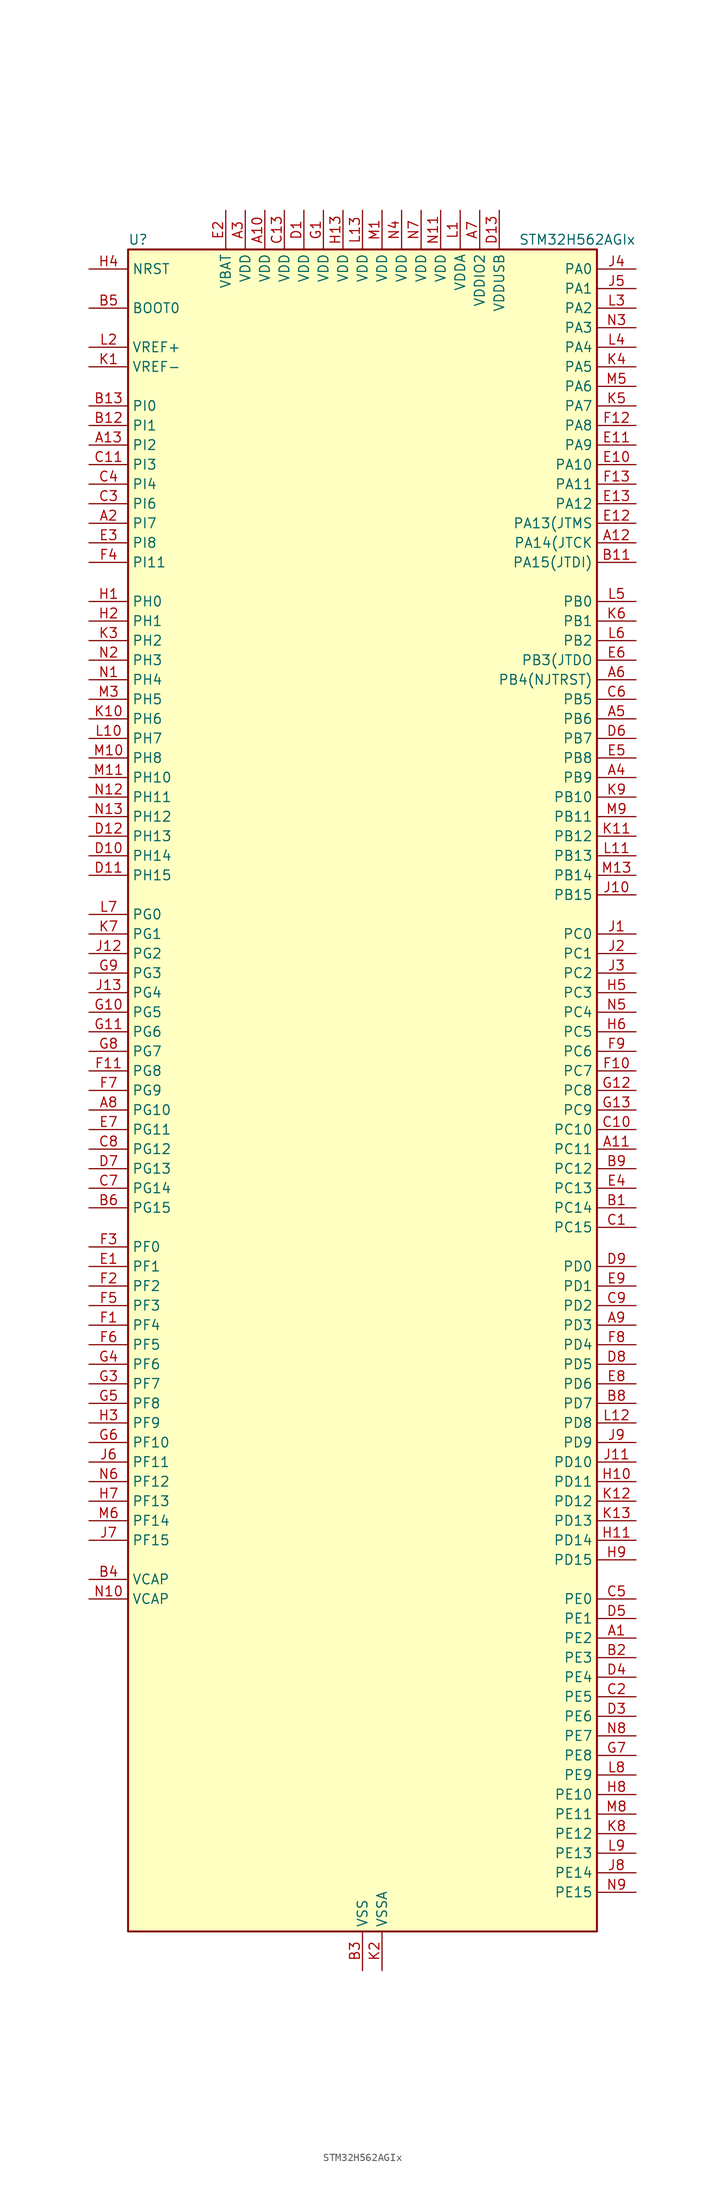
<source format=kicad_sym>
(kicad_symbol_lib
  (version 20231120)
  (generator "kicad_symbol_editor")
  (generator_version "8.0")
  (symbol "STM32H562AGIx"
    (property "Reference" "U"
      (at -30.48 110.49 0)
      (effects (font (size 1.27 1.27)) (justify left)))
    (property "Value" "STM32H562AGIx"
      (at 20.32 110.49 0)
      (effects (font (size 1.27 1.27)) (justify left)))
    (property "ki_locked" ""
      (at 0 0 0)
      (effects (font (size 1.27 1.27))))
    (symbol "STM32H562AGIx_0_1"
      (rectangle (start -30.48 -109.22) (end 30.48 109.22) (stroke (width 0.254) (type default)) (fill (type background))))
    (symbol "STM32H562AGIx_1_1"
      (pin bidirectional line (at 35.56 -71.12 180) (length 5.08) (name "PE2" (effects (font (size 1.27 1.27)))) (number "A1" (effects (font (size 1.27 1.27)))) (alternate "DCMI_D3" bidirectional line) (alternate "DEBUG_TRACECLK" bidirectional line) (alternate "FMC_A23" bidirectional line) (alternate "LPTIM1_IN2" bidirectional line) (alternate "OCTOSPI1_IO2" bidirectional line) (alternate "PSSI_D3" bidirectional line) (alternate "SAI1_CK1" bidirectional line) (alternate "SAI1_MCLK_A" bidirectional line) (alternate "SPI4_SCK" bidirectional line) (alternate "UART8_TX" bidirectional line) (alternate "USART10_RX" bidirectional line))
      (pin power_in line (at -12.7 114.3 270) (length 5.08) (name "VDD" (effects (font (size 1.27 1.27)))) (number "A10" (effects (font (size 1.27 1.27)))))
      (pin bidirectional line (at 35.56 -7.62 180) (length 5.08) (name "PC11" (effects (font (size 1.27 1.27)))) (number "A11" (effects (font (size 1.27 1.27)))) (alternate "ADC1_EXTI11" bidirectional line) (alternate "ADC2_EXTI11" bidirectional line) (alternate "DCMI_D4" bidirectional line) (alternate "I2S3_SDI" bidirectional line) (alternate "LPTIM3_IN1" bidirectional line) (alternate "OCTOSPI1_NCS" bidirectional line) (alternate "PSSI_D4" bidirectional line) (alternate "SDMMC1_D3" bidirectional line) (alternate "SPI3_MISO" bidirectional line) (alternate "UART4_RX" bidirectional line) (alternate "USART3_RX" bidirectional line))
      (pin bidirectional line (at 35.56 71.12 180) (length 5.08) (name "PA14(JTCK" (effects (font (size 1.27 1.27)))) (number "A12" (effects (font (size 1.27 1.27)))) (alternate "DEBUG_JTCK-SWCLK" bidirectional line))
      (pin bidirectional line (at -35.56 83.82 0) (length 5.08) (name "PI2" (effects (font (size 1.27 1.27)))) (number "A13" (effects (font (size 1.27 1.27)))) (alternate "DCMI_D9" bidirectional line) (alternate "I2S2_SDI" bidirectional line) (alternate "PSSI_D9" bidirectional line) (alternate "SPI2_MISO" bidirectional line) (alternate "TIM8_CH4" bidirectional line))
      (pin bidirectional line (at -35.56 73.66 0) (length 5.08) (name "PI7" (effects (font (size 1.27 1.27)))) (number "A2" (effects (font (size 1.27 1.27)))) (alternate "DCMI_D7" bidirectional line) (alternate "PSSI_D7" bidirectional line) (alternate "SAI2_FS_A" bidirectional line) (alternate "TIM8_CH3" bidirectional line))
      (pin power_in line (at -15.24 114.3 270) (length 5.08) (name "VDD" (effects (font (size 1.27 1.27)))) (number "A3" (effects (font (size 1.27 1.27)))))
      (pin bidirectional line (at 35.56 40.64 180) (length 5.08) (name "PB9" (effects (font (size 1.27 1.27)))) (number "A4" (effects (font (size 1.27 1.27)))) (alternate "DAC1_EXTI9" bidirectional line) (alternate "DCMI_D7" bidirectional line) (alternate "FDCAN1_TX" bidirectional line) (alternate "I2C1_SDA" bidirectional line) (alternate "I2C4_SDA" bidirectional line) (alternate "I2S2_WS" bidirectional line) (alternate "I3C1_SDA" bidirectional line) (alternate "PSSI_D7" bidirectional line) (alternate "SDMMC1_CDIR" bidirectional line) (alternate "SDMMC1_D5" bidirectional line) (alternate "SPI2_NSS" bidirectional line) (alternate "TIM17_CH1" bidirectional line) (alternate "TIM4_CH4" bidirectional line) (alternate "UART4_TX" bidirectional line))
      (pin bidirectional line (at 35.56 48.26 180) (length 5.08) (name "PB6" (effects (font (size 1.27 1.27)))) (number "A5" (effects (font (size 1.27 1.27)))) (alternate "CEC" bidirectional line) (alternate "DCMI_D5" bidirectional line) (alternate "FMC_SDNE1" bidirectional line) (alternate "I2C1_SCL" bidirectional line) (alternate "I2C4_SCL" bidirectional line) (alternate "I3C1_SCL" bidirectional line) (alternate "LPUART1_TX" bidirectional line) (alternate "OCTOSPI1_NCS" bidirectional line) (alternate "PSSI_D5" bidirectional line) (alternate "TIM16_CH1N" bidirectional line) (alternate "TIM4_CH1" bidirectional line) (alternate "UART5_TX" bidirectional line) (alternate "USART1_TX" bidirectional line))
      (pin bidirectional line (at 35.56 53.34 180) (length 5.08) (name "PB4(NJTRST)" (effects (font (size 1.27 1.27)))) (number "A6" (effects (font (size 1.27 1.27)))) (alternate "DCMI_D7" bidirectional line) (alternate "DEBUG_JTRST" bidirectional line) (alternate "I2S1_SDI" bidirectional line) (alternate "I2S2_WS" bidirectional line) (alternate "I2S3_SDI" bidirectional line) (alternate "LPTIM1_CH2" bidirectional line) (alternate "OCTOSPI1_CLK" bidirectional line) (alternate "PSSI_D7" bidirectional line) (alternate "SPI1_MISO" bidirectional line) (alternate "SPI2_NSS" bidirectional line) (alternate "SPI3_MISO" bidirectional line) (alternate "SPI6_MISO" bidirectional line) (alternate "TIM16_BKIN" bidirectional line) (alternate "TIM3_CH1" bidirectional line) (alternate "UART7_TX" bidirectional line))
      (pin power_in line (at 15.24 114.3 270) (length 5.08) (name "VDDIO2" (effects (font (size 1.27 1.27)))) (number "A7" (effects (font (size 1.27 1.27)))))
      (pin bidirectional line (at -35.56 -2.54 0) (length 5.08) (name "PG10" (effects (font (size 1.27 1.27)))) (number "A8" (effects (font (size 1.27 1.27)))) (alternate "DCMI_D2" bidirectional line) (alternate "FMC_NE3" bidirectional line) (alternate "I2S1_WS" bidirectional line) (alternate "PSSI_D2" bidirectional line) (alternate "SAI2_SD_B" bidirectional line) (alternate "SPI1_NSS" bidirectional line))
      (pin bidirectional line (at 35.56 -30.48 180) (length 5.08) (name "PD3" (effects (font (size 1.27 1.27)))) (number "A9" (effects (font (size 1.27 1.27)))) (alternate "DCMI_D5" bidirectional line) (alternate "FMC_CLK" bidirectional line) (alternate "I2S2_CK" bidirectional line) (alternate "PSSI_D5" bidirectional line) (alternate "PWR_WKUP8" bidirectional line) (alternate "SPI2_SCK" bidirectional line) (alternate "USART2_CTS" bidirectional line) (alternate "USART2_NSS" bidirectional line))
      (pin bidirectional line (at 35.56 -15.24 180) (length 5.08) (name "PC14" (effects (font (size 1.27 1.27)))) (number "B1" (effects (font (size 1.27 1.27)))) (alternate "RCC_OSC32_IN" bidirectional line))
      (pin passive line (at 0 -114.3 90) (length 5.08) hide (name "VSS" (effects (font (size 1.27 1.27)))) (number "B10" (effects (font (size 1.27 1.27)))))
      (pin bidirectional line (at 35.56 68.58 180) (length 5.08) (name "PA15(JTDI)" (effects (font (size 1.27 1.27)))) (number "B11" (effects (font (size 1.27 1.27)))) (alternate "ADC1_EXTI15" bidirectional line) (alternate "ADC2_EXTI15" bidirectional line) (alternate "CEC" bidirectional line) (alternate "DCMI_D11" bidirectional line) (alternate "DEBUG_JTDI" bidirectional line) (alternate "FMC_NBL1" bidirectional line) (alternate "I2S1_WS" bidirectional line) (alternate "I2S3_WS" bidirectional line) (alternate "LPTIM3_IN2" bidirectional line) (alternate "PSSI_D11" bidirectional line) (alternate "SPI1_NSS" bidirectional line) (alternate "SPI3_NSS" bidirectional line) (alternate "SPI6_NSS" bidirectional line) (alternate "TIM2_CH1" bidirectional line) (alternate "TIM2_ETR" bidirectional line) (alternate "UART4_DE" bidirectional line) (alternate "UART4_RTS" bidirectional line) (alternate "UART7_TX" bidirectional line))
      (pin bidirectional line (at -35.56 86.36 0) (length 5.08) (name "PI1" (effects (font (size 1.27 1.27)))) (number "B12" (effects (font (size 1.27 1.27)))) (alternate "DCMI_D8" bidirectional line) (alternate "I2S2_CK" bidirectional line) (alternate "PSSI_D8" bidirectional line) (alternate "SPI2_SCK" bidirectional line) (alternate "TIM8_BKIN2" bidirectional line))
      (pin bidirectional line (at -35.56 88.9 0) (length 5.08) (name "PI0" (effects (font (size 1.27 1.27)))) (number "B13" (effects (font (size 1.27 1.27)))) (alternate "DCMI_D13" bidirectional line) (alternate "I2S2_WS" bidirectional line) (alternate "PSSI_D13" bidirectional line) (alternate "SPI2_NSS" bidirectional line) (alternate "TIM5_CH4" bidirectional line))
      (pin bidirectional line (at 35.56 -73.66 180) (length 5.08) (name "PE3" (effects (font (size 1.27 1.27)))) (number "B2" (effects (font (size 1.27 1.27)))) (alternate "DEBUG_TRACED0" bidirectional line) (alternate "FMC_A19" bidirectional line) (alternate "SAI1_SD_B" bidirectional line) (alternate "TAMP_IN6" bidirectional line) (alternate "TAMP_OUT3" bidirectional line) (alternate "TIM15_BKIN" bidirectional line) (alternate "USART10_TX" bidirectional line))
      (pin power_in line (at 0 -114.3 90) (length 5.08) (name "VSS" (effects (font (size 1.27 1.27)))) (number "B3" (effects (font (size 1.27 1.27)))))
      (pin power_out line (at -35.56 -63.5 0) (length 5.08) (name "VCAP" (effects (font (size 1.27 1.27)))) (number "B4" (effects (font (size 1.27 1.27)))))
      (pin input line (at -35.56 101.6 0) (length 5.08) (name "BOOT0" (effects (font (size 1.27 1.27)))) (number "B5" (effects (font (size 1.27 1.27)))))
      (pin bidirectional line (at -35.56 -15.24 0) (length 5.08) (name "PG15" (effects (font (size 1.27 1.27)))) (number "B6" (effects (font (size 1.27 1.27)))) (alternate "ADC1_EXTI15" bidirectional line) (alternate "ADC2_EXTI15" bidirectional line) (alternate "DCMI_D13" bidirectional line) (alternate "FMC_SDNCAS" bidirectional line) (alternate "PSSI_D13" bidirectional line) (alternate "SPI4_RDY" bidirectional line) (alternate "USART10_CK" bidirectional line) (alternate "USART6_CTS" bidirectional line) (alternate "USART6_NSS" bidirectional line))
      (pin passive line (at 0 -114.3 90) (length 5.08) hide (name "VSS" (effects (font (size 1.27 1.27)))) (number "B7" (effects (font (size 1.27 1.27)))))
      (pin bidirectional line (at 35.56 -40.64 180) (length 5.08) (name "PD7" (effects (font (size 1.27 1.27)))) (number "B8" (effects (font (size 1.27 1.27)))) (alternate "FMC_NCE" bidirectional line) (alternate "FMC_NE1" bidirectional line) (alternate "I2S1_SDO" bidirectional line) (alternate "LPTIM4_OUT" bidirectional line) (alternate "OCTOSPI1_IO7" bidirectional line) (alternate "SPI1_MOSI" bidirectional line) (alternate "USART2_CK" bidirectional line))
      (pin bidirectional line (at 35.56 -10.16 180) (length 5.08) (name "PC12" (effects (font (size 1.27 1.27)))) (number "B9" (effects (font (size 1.27 1.27)))) (alternate "DCMI_D9" bidirectional line) (alternate "DEBUG_TRACED3" bidirectional line) (alternate "I2S3_SDO" bidirectional line) (alternate "PSSI_D9" bidirectional line) (alternate "SDMMC1_CK" bidirectional line) (alternate "SPI3_MOSI" bidirectional line) (alternate "SPI6_SCK" bidirectional line) (alternate "TIM15_CH1" bidirectional line) (alternate "UART5_TX" bidirectional line) (alternate "USART3_CK" bidirectional line))
      (pin bidirectional line (at 35.56 -17.78 180) (length 5.08) (name "PC15" (effects (font (size 1.27 1.27)))) (number "C1" (effects (font (size 1.27 1.27)))) (alternate "ADC1_EXTI15" bidirectional line) (alternate "ADC2_EXTI15" bidirectional line) (alternate "RCC_OSC32_OUT" bidirectional line))
      (pin bidirectional line (at 35.56 -5.08 180) (length 5.08) (name "PC10" (effects (font (size 1.27 1.27)))) (number "C10" (effects (font (size 1.27 1.27)))) (alternate "DCMI_D8" bidirectional line) (alternate "I2S3_CK" bidirectional line) (alternate "LPTIM3_ETR" bidirectional line) (alternate "OCTOSPI1_IO1" bidirectional line) (alternate "PSSI_D8" bidirectional line) (alternate "SDMMC1_D2" bidirectional line) (alternate "SPI3_SCK" bidirectional line) (alternate "UART4_TX" bidirectional line) (alternate "USART3_TX" bidirectional line))
      (pin bidirectional line (at -35.56 81.28 0) (length 5.08) (name "PI3" (effects (font (size 1.27 1.27)))) (number "C11" (effects (font (size 1.27 1.27)))) (alternate "DCMI_D10" bidirectional line) (alternate "I2S2_SDO" bidirectional line) (alternate "PSSI_D10" bidirectional line) (alternate "SPI2_MOSI" bidirectional line) (alternate "TIM8_ETR" bidirectional line))
      (pin passive line (at 0 -114.3 90) (length 5.08) hide (name "VSS" (effects (font (size 1.27 1.27)))) (number "C12" (effects (font (size 1.27 1.27)))))
      (pin power_in line (at -10.16 114.3 270) (length 5.08) (name "VDD" (effects (font (size 1.27 1.27)))) (number "C13" (effects (font (size 1.27 1.27)))))
      (pin bidirectional line (at 35.56 -78.74 180) (length 5.08) (name "PE5" (effects (font (size 1.27 1.27)))) (number "C2" (effects (font (size 1.27 1.27)))) (alternate "DCMI_D6" bidirectional line) (alternate "DEBUG_TRACED2" bidirectional line) (alternate "FMC_A21" bidirectional line) (alternate "PSSI_D6" bidirectional line) (alternate "SAI1_CK2" bidirectional line) (alternate "SAI1_SCK_A" bidirectional line) (alternate "SPI4_MISO" bidirectional line) (alternate "TAMP_IN8" bidirectional line) (alternate "TAMP_OUT7" bidirectional line) (alternate "TIM15_CH1" bidirectional line))
      (pin bidirectional line (at -35.56 76.2 0) (length 5.08) (name "PI6" (effects (font (size 1.27 1.27)))) (number "C3" (effects (font (size 1.27 1.27)))) (alternate "DCMI_D6" bidirectional line) (alternate "PSSI_D6" bidirectional line) (alternate "SAI2_SD_A" bidirectional line) (alternate "TIM8_CH2" bidirectional line))
      (pin bidirectional line (at -35.56 78.74 0) (length 5.08) (name "PI4" (effects (font (size 1.27 1.27)))) (number "C4" (effects (font (size 1.27 1.27)))) (alternate "DCMI_D5" bidirectional line) (alternate "PSSI_D5" bidirectional line) (alternate "SAI2_MCLK_A" bidirectional line) (alternate "SPI2_RDY" bidirectional line) (alternate "TIM8_BKIN" bidirectional line))
      (pin bidirectional line (at 35.56 -66.04 180) (length 5.08) (name "PE0" (effects (font (size 1.27 1.27)))) (number "C5" (effects (font (size 1.27 1.27)))) (alternate "DCMI_D2" bidirectional line) (alternate "FDCAN1_RX" bidirectional line) (alternate "FMC_NBL0" bidirectional line) (alternate "LPTIM1_ETR" bidirectional line) (alternate "LPTIM2_CH2" bidirectional line) (alternate "LPTIM2_ETR" bidirectional line) (alternate "PSSI_D2" bidirectional line) (alternate "SAI2_MCLK_A" bidirectional line) (alternate "SPI3_RDY" bidirectional line) (alternate "TIM4_ETR" bidirectional line) (alternate "UART8_RX" bidirectional line))
      (pin bidirectional line (at 35.56 50.8 180) (length 5.08) (name "PB5" (effects (font (size 1.27 1.27)))) (number "C6" (effects (font (size 1.27 1.27)))) (alternate "DCMI_D10" bidirectional line) (alternate "FMC_SDCKE1" bidirectional line) (alternate "I2C1_SMBA" bidirectional line) (alternate "I2C4_SMBA" bidirectional line) (alternate "I2S1_SDO" bidirectional line) (alternate "I2S3_SDO" bidirectional line) (alternate "OCTOSPI1_NCLK" bidirectional line) (alternate "PSSI_D10" bidirectional line) (alternate "SPI1_MOSI" bidirectional line) (alternate "SPI3_MOSI" bidirectional line) (alternate "SPI6_MOSI" bidirectional line) (alternate "TIM17_BKIN" bidirectional line) (alternate "TIM3_CH2" bidirectional line) (alternate "UART5_RX" bidirectional line))
      (pin bidirectional line (at -35.56 -12.7 0) (length 5.08) (name "PG14" (effects (font (size 1.27 1.27)))) (number "C7" (effects (font (size 1.27 1.27)))) (alternate "DEBUG_TRACED1" bidirectional line) (alternate "FMC_A25" bidirectional line) (alternate "LPTIM1_CH2" bidirectional line) (alternate "LPTIM1_ETR" bidirectional line) (alternate "LPTIM5_IN1" bidirectional line) (alternate "OCTOSPI1_IO7" bidirectional line) (alternate "SPI6_MOSI" bidirectional line) (alternate "USART10_RTS" bidirectional line) (alternate "USART6_TX" bidirectional line))
      (pin bidirectional line (at -35.56 -7.62 0) (length 5.08) (name "PG12" (effects (font (size 1.27 1.27)))) (number "C8" (effects (font (size 1.27 1.27)))) (alternate "DCMI_D11" bidirectional line) (alternate "FMC_NE4" bidirectional line) (alternate "LPTIM1_IN1" bidirectional line) (alternate "LPTIM5_CH1" bidirectional line) (alternate "PSSI_D11" bidirectional line) (alternate "PSSI_D15" bidirectional line) (alternate "SPI6_MISO" bidirectional line) (alternate "USART10_TX" bidirectional line) (alternate "USART6_RTS" bidirectional line))
      (pin bidirectional line (at 35.56 -27.94 180) (length 5.08) (name "PD2" (effects (font (size 1.27 1.27)))) (number "C9" (effects (font (size 1.27 1.27)))) (alternate "DCMI_D11" bidirectional line) (alternate "DEBUG_TRACED2" bidirectional line) (alternate "LPTIM4_ETR" bidirectional line) (alternate "PSSI_D11" bidirectional line) (alternate "PWR_WKUP7" bidirectional line) (alternate "SDMMC1_CMD" bidirectional line) (alternate "TIM15_BKIN" bidirectional line) (alternate "TIM3_ETR" bidirectional line) (alternate "UART5_RX" bidirectional line))
      (pin power_in line (at -7.62 114.3 270) (length 5.08) (name "VDD" (effects (font (size 1.27 1.27)))) (number "D1" (effects (font (size 1.27 1.27)))))
      (pin bidirectional line (at -35.56 30.48 0) (length 5.08) (name "PH14" (effects (font (size 1.27 1.27)))) (number "D10" (effects (font (size 1.27 1.27)))) (alternate "DCMI_D4" bidirectional line) (alternate "FDCAN1_RX" bidirectional line) (alternate "PSSI_D4" bidirectional line) (alternate "TIM8_CH2N" bidirectional line) (alternate "UART4_RX" bidirectional line))
      (pin bidirectional line (at -35.56 27.94 0) (length 5.08) (name "PH15" (effects (font (size 1.27 1.27)))) (number "D11" (effects (font (size 1.27 1.27)))) (alternate "ADC1_EXTI15" bidirectional line) (alternate "ADC2_EXTI15" bidirectional line) (alternate "DCMI_D11" bidirectional line) (alternate "PSSI_D11" bidirectional line) (alternate "TIM8_CH3N" bidirectional line))
      (pin bidirectional line (at -35.56 33.02 0) (length 5.08) (name "PH13" (effects (font (size 1.27 1.27)))) (number "D12" (effects (font (size 1.27 1.27)))) (alternate "DCMI_D3" bidirectional line) (alternate "FDCAN1_TX" bidirectional line) (alternate "LPTIM1_IN2" bidirectional line) (alternate "PSSI_D3" bidirectional line) (alternate "TIM8_CH1N" bidirectional line) (alternate "UART4_TX" bidirectional line) (alternate "UART8_TX" bidirectional line))
      (pin power_in line (at 17.78 114.3 270) (length 5.08) (name "VDDUSB" (effects (font (size 1.27 1.27)))) (number "D13" (effects (font (size 1.27 1.27)))))
      (pin passive line (at 0 -114.3 90) (length 5.08) hide (name "VSS" (effects (font (size 1.27 1.27)))) (number "D2" (effects (font (size 1.27 1.27)))))
      (pin bidirectional line (at 35.56 -81.28 180) (length 5.08) (name "PE6" (effects (font (size 1.27 1.27)))) (number "D3" (effects (font (size 1.27 1.27)))) (alternate "DCMI_D7" bidirectional line) (alternate "DEBUG_TRACED3" bidirectional line) (alternate "FMC_A22" bidirectional line) (alternate "PSSI_D7" bidirectional line) (alternate "SAI1_D1" bidirectional line) (alternate "SAI1_SD_A" bidirectional line) (alternate "SAI2_MCLK_B" bidirectional line) (alternate "SPI4_MOSI" bidirectional line) (alternate "TAMP_IN3" bidirectional line) (alternate "TAMP_OUT6" bidirectional line) (alternate "TIM15_CH2" bidirectional line) (alternate "TIM1_BKIN2" bidirectional line))
      (pin bidirectional line (at 35.56 -76.2 180) (length 5.08) (name "PE4" (effects (font (size 1.27 1.27)))) (number "D4" (effects (font (size 1.27 1.27)))) (alternate "DCMI_D4" bidirectional line) (alternate "DEBUG_TRACED1" bidirectional line) (alternate "FMC_A20" bidirectional line) (alternate "PSSI_D4" bidirectional line) (alternate "SAI1_D2" bidirectional line) (alternate "SAI1_FS_A" bidirectional line) (alternate "SPI4_NSS" bidirectional line) (alternate "TAMP_IN7" bidirectional line) (alternate "TAMP_OUT8" bidirectional line) (alternate "TIM15_CH1N" bidirectional line))
      (pin bidirectional line (at 35.56 -68.58 180) (length 5.08) (name "PE1" (effects (font (size 1.27 1.27)))) (number "D5" (effects (font (size 1.27 1.27)))) (alternate "DCMI_D3" bidirectional line) (alternate "FDCAN1_TX" bidirectional line) (alternate "FMC_NBL1" bidirectional line) (alternate "LPTIM1_IN2" bidirectional line) (alternate "PSSI_D3" bidirectional line) (alternate "UART8_TX" bidirectional line))
      (pin bidirectional line (at 35.56 45.72 180) (length 5.08) (name "PB7" (effects (font (size 1.27 1.27)))) (number "D6" (effects (font (size 1.27 1.27)))) (alternate "DCMI_VSYNC" bidirectional line) (alternate "FDCAN1_TX" bidirectional line) (alternate "FMC_NL" bidirectional line) (alternate "I2C1_SDA" bidirectional line) (alternate "I2C4_SDA" bidirectional line) (alternate "I3C1_SDA" bidirectional line) (alternate "LPUART1_RX" bidirectional line) (alternate "PSSI_RDY" bidirectional line) (alternate "PWR_WKUP5" bidirectional line) (alternate "TIM17_CH1N" bidirectional line) (alternate "TIM4_CH2" bidirectional line) (alternate "USART1_RX" bidirectional line))
      (pin bidirectional line (at -35.56 -10.16 0) (length 5.08) (name "PG13" (effects (font (size 1.27 1.27)))) (number "D7" (effects (font (size 1.27 1.27)))) (alternate "DEBUG_TRACED0" bidirectional line) (alternate "FMC_A24" bidirectional line) (alternate "LPTIM1_CH1" bidirectional line) (alternate "LPTIM5_CH2" bidirectional line) (alternate "SPI6_SCK" bidirectional line) (alternate "USART10_CTS" bidirectional line) (alternate "USART10_NSS" bidirectional line) (alternate "USART6_CTS" bidirectional line) (alternate "USART6_NSS" bidirectional line))
      (pin bidirectional line (at 35.56 -35.56 180) (length 5.08) (name "PD5" (effects (font (size 1.27 1.27)))) (number "D8" (effects (font (size 1.27 1.27)))) (alternate "FDCAN1_TX" bidirectional line) (alternate "FMC_NWE" bidirectional line) (alternate "OCTOSPI1_IO5" bidirectional line) (alternate "SPI2_RDY" bidirectional line) (alternate "TIM1_CH4N" bidirectional line) (alternate "USART2_TX" bidirectional line))
      (pin bidirectional line (at 35.56 -22.86 180) (length 5.08) (name "PD0" (effects (font (size 1.27 1.27)))) (number "D9" (effects (font (size 1.27 1.27)))) (alternate "FDCAN1_RX" bidirectional line) (alternate "FMC_D2" bidirectional line) (alternate "FMC_DA2" bidirectional line) (alternate "TIM8_CH4N" bidirectional line) (alternate "UART4_RX" bidirectional line) (alternate "UART9_CTS" bidirectional line))
      (pin bidirectional line (at -35.56 -22.86 0) (length 5.08) (name "PF1" (effects (font (size 1.27 1.27)))) (number "E1" (effects (font (size 1.27 1.27)))) (alternate "FMC_A1" bidirectional line) (alternate "I2C2_SCL" bidirectional line) (alternate "LPTIM5_CH2" bidirectional line))
      (pin bidirectional line (at 35.56 81.28 180) (length 5.08) (name "PA10" (effects (font (size 1.27 1.27)))) (number "E10" (effects (font (size 1.27 1.27)))) (alternate "DCMI_D1" bidirectional line) (alternate "LPTIM2_IN2" bidirectional line) (alternate "LPUART1_RX" bidirectional line) (alternate "PSSI_D1" bidirectional line) (alternate "SDMMC1_D0" bidirectional line) (alternate "TIM1_CH3" bidirectional line) (alternate "UCPD1_FRSTX" bidirectional line) (alternate "USART1_RX" bidirectional line))
      (pin bidirectional line (at 35.56 83.82 180) (length 5.08) (name "PA9" (effects (font (size 1.27 1.27)))) (number "E11" (effects (font (size 1.27 1.27)))) (alternate "DAC1_EXTI9" bidirectional line) (alternate "DCMI_D0" bidirectional line) (alternate "FMC_NWE" bidirectional line) (alternate "I2C3_SMBA" bidirectional line) (alternate "I2S2_CK" bidirectional line) (alternate "LPUART1_TX" bidirectional line) (alternate "PSSI_D0" bidirectional line) (alternate "SPI2_SCK" bidirectional line) (alternate "TIM1_CH2" bidirectional line) (alternate "UCPD1_DB1" bidirectional line) (alternate "USART1_TX" bidirectional line))
      (pin bidirectional line (at 35.56 73.66 180) (length 5.08) (name "PA13(JTMS" (effects (font (size 1.27 1.27)))) (number "E12" (effects (font (size 1.27 1.27)))) (alternate "DEBUG_JTMS-SWDIO" bidirectional line))
      (pin bidirectional line (at 35.56 76.2 180) (length 5.08) (name "PA12" (effects (font (size 1.27 1.27)))) (number "E13" (effects (font (size 1.27 1.27)))) (alternate "FDCAN1_TX" bidirectional line) (alternate "I2S2_CK" bidirectional line) (alternate "LPUART1_RTS" bidirectional line) (alternate "SAI2_FS_B" bidirectional line) (alternate "SPI2_SCK" bidirectional line) (alternate "TIM1_ETR" bidirectional line) (alternate "UART4_TX" bidirectional line) (alternate "USART1_RTS" bidirectional line) (alternate "USB_DP" bidirectional line))
      (pin power_in line (at -17.78 114.3 270) (length 5.08) (name "VBAT" (effects (font (size 1.27 1.27)))) (number "E2" (effects (font (size 1.27 1.27)))))
      (pin bidirectional line (at -35.56 71.12 0) (length 5.08) (name "PI8" (effects (font (size 1.27 1.27)))) (number "E3" (effects (font (size 1.27 1.27)))) (alternate "PWR_WKUP3" bidirectional line) (alternate "RTC_OUT2" bidirectional line) (alternate "TAMP_IN2" bidirectional line) (alternate "TAMP_OUT3" bidirectional line))
      (pin bidirectional line (at 35.56 -12.7 180) (length 5.08) (name "PC13" (effects (font (size 1.27 1.27)))) (number "E4" (effects (font (size 1.27 1.27)))) (alternate "PWR_WKUP4" bidirectional line) (alternate "RTC_OUT1" bidirectional line) (alternate "RTC_TS" bidirectional line) (alternate "TAMP_IN1" bidirectional line) (alternate "TAMP_OUT2" bidirectional line) (alternate "TAMP_OUT3" bidirectional line))
      (pin bidirectional line (at 35.56 43.18 180) (length 5.08) (name "PB8" (effects (font (size 1.27 1.27)))) (number "E5" (effects (font (size 1.27 1.27)))) (alternate "DCMI_D6" bidirectional line) (alternate "FDCAN1_RX" bidirectional line) (alternate "I2C1_SCL" bidirectional line) (alternate "I2C4_SCL" bidirectional line) (alternate "I3C1_SCL" bidirectional line) (alternate "PSSI_D6" bidirectional line) (alternate "SDMMC1_CKIN" bidirectional line) (alternate "SDMMC1_D4" bidirectional line) (alternate "SPI4_RDY" bidirectional line) (alternate "TIM16_CH1" bidirectional line) (alternate "TIM4_CH3" bidirectional line) (alternate "UART4_RX" bidirectional line))
      (pin bidirectional line (at 35.56 55.88 180) (length 5.08) (name "PB3(JTDO" (effects (font (size 1.27 1.27)))) (number "E6" (effects (font (size 1.27 1.27)))) (alternate "CRS_SYNC" bidirectional line) (alternate "DEBUG_JTDO-SWO" bidirectional line) (alternate "I2C2_SDA" bidirectional line) (alternate "I2S1_CK" bidirectional line) (alternate "I2S3_CK" bidirectional line) (alternate "LPTIM6_ETR" bidirectional line) (alternate "SPI1_SCK" bidirectional line) (alternate "SPI3_SCK" bidirectional line) (alternate "SPI6_SCK" bidirectional line) (alternate "TIM2_CH2" bidirectional line) (alternate "UART12_CTS" bidirectional line) (alternate "UART7_RX" bidirectional line))
      (pin bidirectional line (at -35.56 -5.08 0) (length 5.08) (name "PG11" (effects (font (size 1.27 1.27)))) (number "E7" (effects (font (size 1.27 1.27)))) (alternate "ADC1_EXTI11" bidirectional line) (alternate "ADC2_EXTI11" bidirectional line) (alternate "DCMI_D3" bidirectional line) (alternate "I2S1_CK" bidirectional line) (alternate "LPTIM1_IN2" bidirectional line) (alternate "PSSI_D3" bidirectional line) (alternate "SPI1_SCK" bidirectional line) (alternate "USART10_RX" bidirectional line) (alternate "USART11_RTS" bidirectional line))
      (pin bidirectional line (at 35.56 -38.1 180) (length 5.08) (name "PD6" (effects (font (size 1.27 1.27)))) (number "E8" (effects (font (size 1.27 1.27)))) (alternate "DCMI_D10" bidirectional line) (alternate "FMC_NWAIT" bidirectional line) (alternate "I2S3_SDO" bidirectional line) (alternate "OCTOSPI1_IO6" bidirectional line) (alternate "PSSI_D10" bidirectional line) (alternate "SAI1_D1" bidirectional line) (alternate "SAI1_SD_A" bidirectional line) (alternate "SPI3_MOSI" bidirectional line) (alternate "USART2_RX" bidirectional line))
      (pin bidirectional line (at 35.56 -25.4 180) (length 5.08) (name "PD1" (effects (font (size 1.27 1.27)))) (number "E9" (effects (font (size 1.27 1.27)))) (alternate "FDCAN1_TX" bidirectional line) (alternate "FMC_D3" bidirectional line) (alternate "FMC_DA3" bidirectional line) (alternate "UART4_TX" bidirectional line))
      (pin bidirectional line (at -35.56 -30.48 0) (length 5.08) (name "PF4" (effects (font (size 1.27 1.27)))) (number "F1" (effects (font (size 1.27 1.27)))) (alternate "FMC_A4" bidirectional line) (alternate "LPTIM3_ETR" bidirectional line) (alternate "USART11_RX" bidirectional line))
      (pin bidirectional line (at 35.56 2.54 180) (length 5.08) (name "PC7" (effects (font (size 1.27 1.27)))) (number "F10" (effects (font (size 1.27 1.27)))) (alternate "DCMI_D1" bidirectional line) (alternate "DEBUG_TRGIO" bidirectional line) (alternate "FMC_NE1" bidirectional line) (alternate "I2S3_MCK" bidirectional line) (alternate "OCTOSPI1_IO6" bidirectional line) (alternate "PSSI_D1" bidirectional line) (alternate "SDMMC1_D123DIR" bidirectional line) (alternate "SDMMC1_D7" bidirectional line) (alternate "TIM3_CH2" bidirectional line) (alternate "TIM8_CH2" bidirectional line) (alternate "USART6_RX" bidirectional line))
      (pin bidirectional line (at -35.56 2.54 0) (length 5.08) (name "PG8" (effects (font (size 1.27 1.27)))) (number "F11" (effects (font (size 1.27 1.27)))) (alternate "FMC_SDCLK" bidirectional line) (alternate "SPI6_NSS" bidirectional line) (alternate "TIM8_ETR" bidirectional line) (alternate "USART6_RTS" bidirectional line))
      (pin bidirectional line (at 35.56 86.36 180) (length 5.08) (name "PA8" (effects (font (size 1.27 1.27)))) (number "F12" (effects (font (size 1.27 1.27)))) (alternate "DCMI_D3" bidirectional line) (alternate "FMC_NOE" bidirectional line) (alternate "I2C3_SCL" bidirectional line) (alternate "PSSI_D3" bidirectional line) (alternate "RCC_MCO_1" bidirectional line) (alternate "SPI1_RDY" bidirectional line) (alternate "TIM1_CH1" bidirectional line) (alternate "TIM8_BKIN2" bidirectional line) (alternate "UART7_RX" bidirectional line) (alternate "USART1_CK" bidirectional line) (alternate "USB_SOF" bidirectional line))
      (pin bidirectional line (at 35.56 78.74 180) (length 5.08) (name "PA11" (effects (font (size 1.27 1.27)))) (number "F13" (effects (font (size 1.27 1.27)))) (alternate "ADC1_EXTI11" bidirectional line) (alternate "ADC2_EXTI11" bidirectional line) (alternate "FDCAN1_RX" bidirectional line) (alternate "I2S2_WS" bidirectional line) (alternate "LPUART1_CTS" bidirectional line) (alternate "SPI2_NSS" bidirectional line) (alternate "TIM1_CH4" bidirectional line) (alternate "UART4_RX" bidirectional line) (alternate "USART1_CTS" bidirectional line) (alternate "USART1_NSS" bidirectional line) (alternate "USB_DM" bidirectional line))
      (pin bidirectional line (at -35.56 -25.4 0) (length 5.08) (name "PF2" (effects (font (size 1.27 1.27)))) (number "F2" (effects (font (size 1.27 1.27)))) (alternate "FMC_A2" bidirectional line) (alternate "I2C2_SMBA" bidirectional line) (alternate "LPTIM3_CH2" bidirectional line) (alternate "LPTIM3_IN2" bidirectional line) (alternate "LPTIM5_IN1" bidirectional line) (alternate "UART12_TX" bidirectional line) (alternate "USART11_CK" bidirectional line))
      (pin bidirectional line (at -35.56 -20.32 0) (length 5.08) (name "PF0" (effects (font (size 1.27 1.27)))) (number "F3" (effects (font (size 1.27 1.27)))) (alternate "FMC_A0" bidirectional line) (alternate "I2C2_SDA" bidirectional line) (alternate "LPTIM5_CH1" bidirectional line))
      (pin bidirectional line (at -35.56 68.58 0) (length 5.08) (name "PI11" (effects (font (size 1.27 1.27)))) (number "F4" (effects (font (size 1.27 1.27)))) (alternate "ADC1_EXTI11" bidirectional line) (alternate "ADC2_EXTI11" bidirectional line) (alternate "PSSI_D15" bidirectional line) (alternate "TAMP_IN4" bidirectional line) (alternate "TAMP_OUT5" bidirectional line))
      (pin bidirectional line (at -35.56 -27.94 0) (length 5.08) (name "PF3" (effects (font (size 1.27 1.27)))) (number "F5" (effects (font (size 1.27 1.27)))) (alternate "FMC_A3" bidirectional line) (alternate "LPTIM3_IN1" bidirectional line) (alternate "LPTIM5_IN2" bidirectional line) (alternate "USART11_TX" bidirectional line))
      (pin bidirectional line (at -35.56 -33.02 0) (length 5.08) (name "PF5" (effects (font (size 1.27 1.27)))) (number "F6" (effects (font (size 1.27 1.27)))) (alternate "FMC_A5" bidirectional line) (alternate "I2C4_SCL" bidirectional line) (alternate "I3C1_SCL" bidirectional line) (alternate "LPTIM3_CH1" bidirectional line) (alternate "LPTIM3_IN1" bidirectional line) (alternate "UART12_RX" bidirectional line) (alternate "USART11_CTS" bidirectional line) (alternate "USART11_NSS" bidirectional line))
      (pin bidirectional line (at -35.56 0 0) (length 5.08) (name "PG9" (effects (font (size 1.27 1.27)))) (number "F7" (effects (font (size 1.27 1.27)))) (alternate "DAC1_EXTI9" bidirectional line) (alternate "DCMI_VSYNC" bidirectional line) (alternate "FMC_NCE" bidirectional line) (alternate "FMC_NE2" bidirectional line) (alternate "I2S1_SDI" bidirectional line) (alternate "OCTOSPI1_IO6" bidirectional line) (alternate "PSSI_RDY" bidirectional line) (alternate "SAI2_FS_B" bidirectional line) (alternate "SPI1_MISO" bidirectional line) (alternate "USART6_RX" bidirectional line))
      (pin bidirectional line (at 35.56 -33.02 180) (length 5.08) (name "PD4" (effects (font (size 1.27 1.27)))) (number "F8" (effects (font (size 1.27 1.27)))) (alternate "FMC_NOE" bidirectional line) (alternate "OCTOSPI1_IO4" bidirectional line) (alternate "USART2_RTS" bidirectional line))
      (pin bidirectional line (at 35.56 5.08 180) (length 5.08) (name "PC6" (effects (font (size 1.27 1.27)))) (number "F9" (effects (font (size 1.27 1.27)))) (alternate "DCMI_D0" bidirectional line) (alternate "FMC_NWAIT" bidirectional line) (alternate "I2S2_MCK" bidirectional line) (alternate "OCTOSPI1_IO5" bidirectional line) (alternate "PSSI_D0" bidirectional line) (alternate "SAI1_SCK_A" bidirectional line) (alternate "SDMMC1_D0DIR" bidirectional line) (alternate "SDMMC1_D6" bidirectional line) (alternate "TIM3_CH1" bidirectional line) (alternate "TIM8_CH1" bidirectional line) (alternate "USART6_TX" bidirectional line))
      (pin power_in line (at -5.08 114.3 270) (length 5.08) (name "VDD" (effects (font (size 1.27 1.27)))) (number "G1" (effects (font (size 1.27 1.27)))))
      (pin bidirectional line (at -35.56 10.16 0) (length 5.08) (name "PG5" (effects (font (size 1.27 1.27)))) (number "G10" (effects (font (size 1.27 1.27)))) (alternate "FMC_A15" bidirectional line) (alternate "FMC_BA1" bidirectional line) (alternate "TIM1_ETR" bidirectional line))
      (pin bidirectional line (at -35.56 7.62 0) (length 5.08) (name "PG6" (effects (font (size 1.27 1.27)))) (number "G11" (effects (font (size 1.27 1.27)))) (alternate "DCMI_D12" bidirectional line) (alternate "FMC_NE3" bidirectional line) (alternate "I2C4_SDA" bidirectional line) (alternate "I3C1_SDA" bidirectional line) (alternate "OCTOSPI1_NCS" bidirectional line) (alternate "PSSI_D12" bidirectional line) (alternate "SPI1_RDY" bidirectional line) (alternate "TIM17_BKIN" bidirectional line) (alternate "UCPD1_FRSTX" bidirectional line))
      (pin bidirectional line (at 35.56 0 180) (length 5.08) (name "PC8" (effects (font (size 1.27 1.27)))) (number "G12" (effects (font (size 1.27 1.27)))) (alternate "DCMI_D2" bidirectional line) (alternate "DEBUG_TRACED1" bidirectional line) (alternate "FMC_ALE" bidirectional line) (alternate "FMC_INT" bidirectional line) (alternate "FMC_NCE" bidirectional line) (alternate "FMC_NE2" bidirectional line) (alternate "PSSI_D2" bidirectional line) (alternate "SDMMC1_D0" bidirectional line) (alternate "TIM3_CH3" bidirectional line) (alternate "TIM8_CH3" bidirectional line) (alternate "UART5_DE" bidirectional line) (alternate "UART5_RTS" bidirectional line) (alternate "USART6_CK" bidirectional line))
      (pin bidirectional line (at 35.56 -2.54 180) (length 5.08) (name "PC9" (effects (font (size 1.27 1.27)))) (number "G13" (effects (font (size 1.27 1.27)))) (alternate "AUDIOCLK" bidirectional line) (alternate "DAC1_EXTI9" bidirectional line) (alternate "DCMI_D3" bidirectional line) (alternate "FMC_CLE" bidirectional line) (alternate "I2C3_SDA" bidirectional line) (alternate "OCTOSPI1_IO0" bidirectional line) (alternate "PSSI_D3" bidirectional line) (alternate "RCC_MCO_2" bidirectional line) (alternate "SDMMC1_D1" bidirectional line) (alternate "TIM3_CH4" bidirectional line) (alternate "TIM8_CH4" bidirectional line) (alternate "UART5_CTS" bidirectional line) (alternate "UCPD1_DB2" bidirectional line))
      (pin passive line (at 0 -114.3 90) (length 5.08) hide (name "VSS" (effects (font (size 1.27 1.27)))) (number "G2" (effects (font (size 1.27 1.27)))))
      (pin bidirectional line (at -35.56 -38.1 0) (length 5.08) (name "PF7" (effects (font (size 1.27 1.27)))) (number "G3" (effects (font (size 1.27 1.27)))) (alternate "LPTIM5_CH2" bidirectional line) (alternate "OCTOSPI1_IO2" bidirectional line) (alternate "SAI1_MCLK_B" bidirectional line) (alternate "SPI5_SCK" bidirectional line) (alternate "TIM17_CH1" bidirectional line) (alternate "UART7_TX" bidirectional line))
      (pin bidirectional line (at -35.56 -35.56 0) (length 5.08) (name "PF6" (effects (font (size 1.27 1.27)))) (number "G4" (effects (font (size 1.27 1.27)))) (alternate "LPTIM5_CH1" bidirectional line) (alternate "OCTOSPI1_IO3" bidirectional line) (alternate "SAI1_SD_B" bidirectional line) (alternate "SPI5_NSS" bidirectional line) (alternate "TIM16_CH1" bidirectional line) (alternate "UART7_RX" bidirectional line))
      (pin bidirectional line (at -35.56 -40.64 0) (length 5.08) (name "PF8" (effects (font (size 1.27 1.27)))) (number "G5" (effects (font (size 1.27 1.27)))) (alternate "LPTIM5_IN1" bidirectional line) (alternate "OCTOSPI1_IO0" bidirectional line) (alternate "SAI1_SCK_B" bidirectional line) (alternate "SPI5_MISO" bidirectional line) (alternate "TIM13_CH1" bidirectional line) (alternate "TIM16_CH1N" bidirectional line) (alternate "UART7_RTS" bidirectional line))
      (pin bidirectional line (at -35.56 -45.72 0) (length 5.08) (name "PF10" (effects (font (size 1.27 1.27)))) (number "G6" (effects (font (size 1.27 1.27)))) (alternate "DCMI_D11" bidirectional line) (alternate "OCTOSPI1_CLK" bidirectional line) (alternate "PSSI_D11" bidirectional line) (alternate "PSSI_D15" bidirectional line) (alternate "SAI1_D3" bidirectional line) (alternate "TIM16_BKIN" bidirectional line))
      (pin bidirectional line (at 35.56 -86.36 180) (length 5.08) (name "PE8" (effects (font (size 1.27 1.27)))) (number "G7" (effects (font (size 1.27 1.27)))) (alternate "FMC_D5" bidirectional line) (alternate "FMC_DA5" bidirectional line) (alternate "OCTOSPI1_IO5" bidirectional line) (alternate "TIM1_CH1N" bidirectional line) (alternate "UART12_CTS" bidirectional line) (alternate "UART7_TX" bidirectional line))
      (pin bidirectional line (at -35.56 5.08 0) (length 5.08) (name "PG7" (effects (font (size 1.27 1.27)))) (number "G8" (effects (font (size 1.27 1.27)))) (alternate "DCMI_D13" bidirectional line) (alternate "FMC_INT" bidirectional line) (alternate "I2C4_SCL" bidirectional line) (alternate "I3C1_SCL" bidirectional line) (alternate "PSSI_D13" bidirectional line) (alternate "SAI1_CK2" bidirectional line) (alternate "SAI1_MCLK_A" bidirectional line) (alternate "UCPD1_FRSTX" bidirectional line) (alternate "USART6_CK" bidirectional line))
      (pin bidirectional line (at -35.56 15.24 0) (length 5.08) (name "PG3" (effects (font (size 1.27 1.27)))) (number "G9" (effects (font (size 1.27 1.27)))) (alternate "FMC_A13" bidirectional line) (alternate "LPTIM5_ETR" bidirectional line) (alternate "TIM8_BKIN2" bidirectional line) (alternate "UART12_TX" bidirectional line))
      (pin bidirectional line (at -35.56 63.5 0) (length 5.08) (name "PH0" (effects (font (size 1.27 1.27)))) (number "H1" (effects (font (size 1.27 1.27)))) (alternate "RCC_OSC_IN" bidirectional line))
      (pin bidirectional line (at 35.56 -50.8 180) (length 5.08) (name "PD11" (effects (font (size 1.27 1.27)))) (number "H10" (effects (font (size 1.27 1.27)))) (alternate "ADC1_EXTI11" bidirectional line) (alternate "ADC2_EXTI11" bidirectional line) (alternate "FMC_A16" bidirectional line) (alternate "FMC_CLE" bidirectional line) (alternate "I2C4_SMBA" bidirectional line) (alternate "LPTIM2_IN2" bidirectional line) (alternate "OCTOSPI1_IO0" bidirectional line) (alternate "SAI1_CK1" bidirectional line) (alternate "SAI2_SD_A" bidirectional line) (alternate "UART4_RX" bidirectional line) (alternate "USART3_CTS" bidirectional line) (alternate "USART3_NSS" bidirectional line))
      (pin bidirectional line (at 35.56 -58.42 180) (length 5.08) (name "PD14" (effects (font (size 1.27 1.27)))) (number "H11" (effects (font (size 1.27 1.27)))) (alternate "FMC_D0" bidirectional line) (alternate "FMC_DA0" bidirectional line) (alternate "TIM4_CH3" bidirectional line) (alternate "UART8_CTS" bidirectional line) (alternate "UART9_RX" bidirectional line))
      (pin passive line (at 0 -114.3 90) (length 5.08) hide (name "VSS" (effects (font (size 1.27 1.27)))) (number "H12" (effects (font (size 1.27 1.27)))))
      (pin power_in line (at -2.54 114.3 270) (length 5.08) (name "VDD" (effects (font (size 1.27 1.27)))) (number "H13" (effects (font (size 1.27 1.27)))))
      (pin bidirectional line (at -35.56 60.96 0) (length 5.08) (name "PH1" (effects (font (size 1.27 1.27)))) (number "H2" (effects (font (size 1.27 1.27)))) (alternate "RCC_OSC_OUT" bidirectional line))
      (pin bidirectional line (at -35.56 -43.18 0) (length 5.08) (name "PF9" (effects (font (size 1.27 1.27)))) (number "H3" (effects (font (size 1.27 1.27)))) (alternate "DAC1_EXTI9" bidirectional line) (alternate "LPTIM5_IN2" bidirectional line) (alternate "OCTOSPI1_IO1" bidirectional line) (alternate "SAI1_FS_B" bidirectional line) (alternate "SPI5_MOSI" bidirectional line) (alternate "TIM14_CH1" bidirectional line) (alternate "TIM17_CH1N" bidirectional line) (alternate "UART7_CTS" bidirectional line))
      (pin input line (at -35.56 106.68 0) (length 5.08) (name "NRST" (effects (font (size 1.27 1.27)))) (number "H4" (effects (font (size 1.27 1.27)))))
      (pin bidirectional line (at 35.56 12.7 180) (length 5.08) (name "PC3" (effects (font (size 1.27 1.27)))) (number "H5" (effects (font (size 1.27 1.27)))) (alternate "ADC1_INN12" bidirectional line) (alternate "ADC1_INP13" bidirectional line) (alternate "ADC2_INN12" bidirectional line) (alternate "ADC2_INP13" bidirectional line) (alternate "FMC_SDCKE0" bidirectional line) (alternate "I2S2_SDO" bidirectional line) (alternate "LPTIM3_CH1" bidirectional line) (alternate "OCTOSPI1_IO0" bidirectional line) (alternate "OCTOSPI1_IO6" bidirectional line) (alternate "PWR_CSTOP" bidirectional line) (alternate "SAI1_D3" bidirectional line) (alternate "SPI2_MOSI" bidirectional line))
      (pin bidirectional line (at 35.56 7.62 180) (length 5.08) (name "PC5" (effects (font (size 1.27 1.27)))) (number "H6" (effects (font (size 1.27 1.27)))) (alternate "ADC1_INN4" bidirectional line) (alternate "ADC1_INP8" bidirectional line) (alternate "ADC2_INN4" bidirectional line) (alternate "ADC2_INP8" bidirectional line) (alternate "FMC_SDCKE0" bidirectional line) (alternate "OCTOSPI1_DQS" bidirectional line) (alternate "PSSI_D15" bidirectional line) (alternate "SAI1_D3" bidirectional line) (alternate "SAI1_FS_A" bidirectional line) (alternate "TIM1_CH4N" bidirectional line) (alternate "UART12_RTS" bidirectional line))
      (pin bidirectional line (at -35.56 -53.34 0) (length 5.08) (name "PF13" (effects (font (size 1.27 1.27)))) (number "H7" (effects (font (size 1.27 1.27)))) (alternate "ADC2_INP2" bidirectional line) (alternate "FMC_A7" bidirectional line) (alternate "I2C4_SMBA" bidirectional line) (alternate "LPTIM6_IN1" bidirectional line))
      (pin bidirectional line (at 35.56 -91.44 180) (length 5.08) (name "PE10" (effects (font (size 1.27 1.27)))) (number "H8" (effects (font (size 1.27 1.27)))) (alternate "FMC_D7" bidirectional line) (alternate "FMC_DA7" bidirectional line) (alternate "OCTOSPI1_IO7" bidirectional line) (alternate "TIM1_CH2N" bidirectional line) (alternate "UART12_TX" bidirectional line) (alternate "UART7_CTS" bidirectional line))
      (pin bidirectional line (at 35.56 -60.96 180) (length 5.08) (name "PD15" (effects (font (size 1.27 1.27)))) (number "H9" (effects (font (size 1.27 1.27)))) (alternate "ADC1_EXTI15" bidirectional line) (alternate "ADC2_EXTI15" bidirectional line) (alternate "FMC_D1" bidirectional line) (alternate "FMC_DA1" bidirectional line) (alternate "TIM4_CH4" bidirectional line) (alternate "UART8_RTS" bidirectional line) (alternate "UART9_TX" bidirectional line))
      (pin bidirectional line (at 35.56 20.32 180) (length 5.08) (name "PC0" (effects (font (size 1.27 1.27)))) (number "J1" (effects (font (size 1.27 1.27)))) (alternate "ADC1_INP10" bidirectional line) (alternate "ADC2_INP10" bidirectional line) (alternate "FMC_A25" bidirectional line) (alternate "FMC_SDNWE" bidirectional line) (alternate "OCTOSPI1_IO7" bidirectional line) (alternate "SAI1_MCLK_A" bidirectional line) (alternate "SAI2_FS_B" bidirectional line) (alternate "SPI2_RDY" bidirectional line) (alternate "TIM16_BKIN" bidirectional line))
      (pin bidirectional line (at 35.56 25.4 180) (length 5.08) (name "PB15" (effects (font (size 1.27 1.27)))) (number "J10" (effects (font (size 1.27 1.27)))) (alternate "ADC1_EXTI15" bidirectional line) (alternate "ADC2_EXTI15" bidirectional line) (alternate "DCMI_D2" bidirectional line) (alternate "I2S2_SDO" bidirectional line) (alternate "OCTOSPI1_CLK" bidirectional line) (alternate "PSSI_D2" bidirectional line) (alternate "PWR_PVD_IN" bidirectional line) (alternate "RTC_REFIN" bidirectional line) (alternate "SPI2_MOSI" bidirectional line) (alternate "TIM12_CH2" bidirectional line) (alternate "TIM1_CH3N" bidirectional line) (alternate "TIM8_CH3N" bidirectional line) (alternate "UART4_CTS" bidirectional line) (alternate "UART5_RX" bidirectional line) (alternate "USART11_CTS" bidirectional line) (alternate "USART11_NSS" bidirectional line) (alternate "USART1_RX" bidirectional line))
      (pin bidirectional line (at 35.56 -48.26 180) (length 5.08) (name "PD10" (effects (font (size 1.27 1.27)))) (number "J11" (effects (font (size 1.27 1.27)))) (alternate "FMC_D15" bidirectional line) (alternate "FMC_DA15" bidirectional line) (alternate "LPTIM2_CH2" bidirectional line) (alternate "USART3_CK" bidirectional line))
      (pin bidirectional line (at -35.56 17.78 0) (length 5.08) (name "PG2" (effects (font (size 1.27 1.27)))) (number "J12" (effects (font (size 1.27 1.27)))) (alternate "FMC_A12" bidirectional line) (alternate "LPTIM6_ETR" bidirectional line) (alternate "TIM8_BKIN" bidirectional line) (alternate "UART12_RX" bidirectional line))
      (pin bidirectional line (at -35.56 12.7 0) (length 5.08) (name "PG4" (effects (font (size 1.27 1.27)))) (number "J13" (effects (font (size 1.27 1.27)))) (alternate "FMC_A14" bidirectional line) (alternate "FMC_BA0" bidirectional line) (alternate "LPTIM4_ETR" bidirectional line) (alternate "TIM1_BKIN2" bidirectional line))
      (pin bidirectional line (at 35.56 17.78 180) (length 5.08) (name "PC1" (effects (font (size 1.27 1.27)))) (number "J2" (effects (font (size 1.27 1.27)))) (alternate "ADC1_INN10" bidirectional line) (alternate "ADC1_INP11" bidirectional line) (alternate "ADC2_INN10" bidirectional line) (alternate "ADC2_INP11" bidirectional line) (alternate "DEBUG_TRACED0" bidirectional line) (alternate "I2S2_SDO" bidirectional line) (alternate "OCTOSPI1_IO4" bidirectional line) (alternate "PWR_WKUP6" bidirectional line) (alternate "SAI1_D1" bidirectional line) (alternate "SAI1_SD_A" bidirectional line) (alternate "SAI2_SD_A" bidirectional line) (alternate "SPI2_MOSI" bidirectional line) (alternate "TAMP_IN3" bidirectional line) (alternate "TAMP_OUT5" bidirectional line) (alternate "USART11_RTS" bidirectional line))
      (pin bidirectional line (at 35.56 15.24 180) (length 5.08) (name "PC2" (effects (font (size 1.27 1.27)))) (number "J3" (effects (font (size 1.27 1.27)))) (alternate "ADC1_INN11" bidirectional line) (alternate "ADC1_INP12" bidirectional line) (alternate "ADC2_INN11" bidirectional line) (alternate "ADC2_INP12" bidirectional line) (alternate "FMC_SDNE0" bidirectional line) (alternate "I2S2_SDI" bidirectional line) (alternate "OCTOSPI1_IO2" bidirectional line) (alternate "OCTOSPI1_IO5" bidirectional line) (alternate "PWR_CSLEEP" bidirectional line) (alternate "SPI2_MISO" bidirectional line) (alternate "TIM17_CH1" bidirectional line) (alternate "TIM4_CH4" bidirectional line))
      (pin bidirectional line (at 35.56 106.68 180) (length 5.08) (name "PA0" (effects (font (size 1.27 1.27)))) (number "J4" (effects (font (size 1.27 1.27)))) (alternate "ADC1_INN1" bidirectional line) (alternate "ADC1_INP0" bidirectional line) (alternate "ADC2_INN1" bidirectional line) (alternate "ADC2_INP0" bidirectional line) (alternate "PWR_WKUP1" bidirectional line) (alternate "SAI2_SD_B" bidirectional line) (alternate "SPI3_RDY" bidirectional line) (alternate "SPI6_NSS" bidirectional line) (alternate "TAMP_IN2" bidirectional line) (alternate "TAMP_OUT1" bidirectional line) (alternate "TIM15_BKIN" bidirectional line) (alternate "TIM2_CH1" bidirectional line) (alternate "TIM2_ETR" bidirectional line) (alternate "TIM5_CH1" bidirectional line) (alternate "TIM8_ETR" bidirectional line) (alternate "UART4_TX" bidirectional line) (alternate "USART2_CTS" bidirectional line) (alternate "USART2_NSS" bidirectional line))
      (pin bidirectional line (at 35.56 104.14 180) (length 5.08) (name "PA1" (effects (font (size 1.27 1.27)))) (number "J5" (effects (font (size 1.27 1.27)))) (alternate "ADC1_INP1" bidirectional line) (alternate "ADC2_INP1" bidirectional line) (alternate "LPTIM1_IN1" bidirectional line) (alternate "OCTOSPI1_DQS" bidirectional line) (alternate "OCTOSPI1_IO3" bidirectional line) (alternate "SAI2_MCLK_B" bidirectional line) (alternate "TAMP_IN5" bidirectional line) (alternate "TAMP_OUT4" bidirectional line) (alternate "TIM15_CH1N" bidirectional line) (alternate "TIM2_CH2" bidirectional line) (alternate "TIM5_CH2" bidirectional line) (alternate "UART4_RX" bidirectional line) (alternate "USART2_RTS" bidirectional line))
      (pin bidirectional line (at -35.56 -48.26 0) (length 5.08) (name "PF11" (effects (font (size 1.27 1.27)))) (number "J6" (effects (font (size 1.27 1.27)))) (alternate "ADC1_EXTI11" bidirectional line) (alternate "ADC1_INP2" bidirectional line) (alternate "ADC2_EXTI11" bidirectional line) (alternate "DCMI_D12" bidirectional line) (alternate "FMC_SDNRAS" bidirectional line) (alternate "LPTIM6_CH1" bidirectional line) (alternate "OCTOSPI1_NCLK" bidirectional line) (alternate "PSSI_D12" bidirectional line) (alternate "SAI2_SD_B" bidirectional line) (alternate "SPI5_MOSI" bidirectional line))
      (pin bidirectional line (at -35.56 -58.42 0) (length 5.08) (name "PF15" (effects (font (size 1.27 1.27)))) (number "J7" (effects (font (size 1.27 1.27)))) (alternate "ADC1_EXTI15" bidirectional line) (alternate "ADC2_EXTI15" bidirectional line) (alternate "FMC_A9" bidirectional line) (alternate "I2C4_SDA" bidirectional line) (alternate "I3C1_SDA" bidirectional line))
      (pin bidirectional line (at 35.56 -101.6 180) (length 5.08) (name "PE14" (effects (font (size 1.27 1.27)))) (number "J8" (effects (font (size 1.27 1.27)))) (alternate "FMC_D11" bidirectional line) (alternate "FMC_DA11" bidirectional line) (alternate "SAI2_MCLK_B" bidirectional line) (alternate "SPI4_MOSI" bidirectional line) (alternate "TIM1_CH4" bidirectional line))
      (pin bidirectional line (at 35.56 -45.72 180) (length 5.08) (name "PD9" (effects (font (size 1.27 1.27)))) (number "J9" (effects (font (size 1.27 1.27)))) (alternate "DAC1_EXTI9" bidirectional line) (alternate "FMC_D14" bidirectional line) (alternate "FMC_DA14" bidirectional line) (alternate "USART3_RX" bidirectional line))
      (pin input line (at -35.56 93.98 0) (length 5.08) (name "VREF-" (effects (font (size 1.27 1.27)))) (number "K1" (effects (font (size 1.27 1.27)))))
      (pin bidirectional line (at -35.56 48.26 0) (length 5.08) (name "PH6" (effects (font (size 1.27 1.27)))) (number "K10" (effects (font (size 1.27 1.27)))) (alternate "DCMI_D8" bidirectional line) (alternate "FMC_SDNE1" bidirectional line) (alternate "I2C2_SMBA" bidirectional line) (alternate "PSSI_D8" bidirectional line) (alternate "SPI5_SCK" bidirectional line) (alternate "TIM12_CH1" bidirectional line) (alternate "TIM1_CH3N" bidirectional line) (alternate "TIM8_CH1" bidirectional line))
      (pin bidirectional line (at 35.56 33.02 180) (length 5.08) (name "PB12" (effects (font (size 1.27 1.27)))) (number "K11" (effects (font (size 1.27 1.27)))) (alternate "I2C2_SDA" bidirectional line) (alternate "I2S2_WS" bidirectional line) (alternate "OCTOSPI1_NCLK" bidirectional line) (alternate "SPI2_NSS" bidirectional line) (alternate "TIM1_BKIN" bidirectional line) (alternate "UART5_RX" bidirectional line) (alternate "UCPD1_FRSTX" bidirectional line) (alternate "USART3_CK" bidirectional line))
      (pin bidirectional line (at 35.56 -53.34 180) (length 5.08) (name "PD12" (effects (font (size 1.27 1.27)))) (number "K12" (effects (font (size 1.27 1.27)))) (alternate "DCMI_D12" bidirectional line) (alternate "FMC_A17" bidirectional line) (alternate "FMC_ALE" bidirectional line) (alternate "I2C4_SCL" bidirectional line) (alternate "I3C1_SCL" bidirectional line) (alternate "LPTIM1_IN1" bidirectional line) (alternate "LPTIM2_IN1" bidirectional line) (alternate "OCTOSPI1_IO1" bidirectional line) (alternate "PSSI_D12" bidirectional line) (alternate "SAI1_D1" bidirectional line) (alternate "SAI2_FS_A" bidirectional line) (alternate "TIM4_CH1" bidirectional line) (alternate "UART4_TX" bidirectional line) (alternate "USART3_RTS" bidirectional line))
      (pin bidirectional line (at 35.56 -55.88 180) (length 5.08) (name "PD13" (effects (font (size 1.27 1.27)))) (number "K13" (effects (font (size 1.27 1.27)))) (alternate "DCMI_D13" bidirectional line) (alternate "FMC_A18" bidirectional line) (alternate "I2C4_SDA" bidirectional line) (alternate "I3C1_SDA" bidirectional line) (alternate "LPTIM1_CH1" bidirectional line) (alternate "LPTIM2_CH1" bidirectional line) (alternate "LPTIM4_IN1" bidirectional line) (alternate "OCTOSPI1_IO3" bidirectional line) (alternate "PSSI_D13" bidirectional line) (alternate "SAI2_SCK_A" bidirectional line) (alternate "TIM4_CH2" bidirectional line) (alternate "UART9_RTS" bidirectional line))
      (pin power_in line (at 2.54 -114.3 90) (length 5.08) (name "VSSA" (effects (font (size 1.27 1.27)))) (number "K2" (effects (font (size 1.27 1.27)))))
      (pin bidirectional line (at -35.56 58.42 0) (length 5.08) (name "PH2" (effects (font (size 1.27 1.27)))) (number "K3" (effects (font (size 1.27 1.27)))) (alternate "FMC_SDCKE0" bidirectional line) (alternate "LPTIM1_IN2" bidirectional line) (alternate "OCTOSPI1_IO4" bidirectional line) (alternate "SAI2_SCK_B" bidirectional line))
      (pin bidirectional line (at 35.56 93.98 180) (length 5.08) (name "PA5" (effects (font (size 1.27 1.27)))) (number "K4" (effects (font (size 1.27 1.27)))) (alternate "ADC1_INN18" bidirectional line) (alternate "ADC1_INP19" bidirectional line) (alternate "ADC2_INN18" bidirectional line) (alternate "ADC2_INP19" bidirectional line) (alternate "DAC1_OUT2" bidirectional line) (alternate "I2S1_CK" bidirectional line) (alternate "PSSI_D14" bidirectional line) (alternate "SPI1_SCK" bidirectional line) (alternate "SPI6_SCK" bidirectional line) (alternate "TIM2_CH1" bidirectional line) (alternate "TIM2_ETR" bidirectional line) (alternate "TIM8_CH1N" bidirectional line))
      (pin bidirectional line (at 35.56 88.9 180) (length 5.08) (name "PA7" (effects (font (size 1.27 1.27)))) (number "K5" (effects (font (size 1.27 1.27)))) (alternate "ADC1_INN3" bidirectional line) (alternate "ADC1_INP7" bidirectional line) (alternate "ADC2_INN3" bidirectional line) (alternate "ADC2_INP7" bidirectional line) (alternate "FMC_NWE" bidirectional line) (alternate "FMC_SDNWE" bidirectional line) (alternate "I2S1_SDO" bidirectional line) (alternate "OCTOSPI1_IO2" bidirectional line) (alternate "SPI1_MOSI" bidirectional line) (alternate "SPI6_MOSI" bidirectional line) (alternate "TIM14_CH1" bidirectional line) (alternate "TIM1_CH1N" bidirectional line) (alternate "TIM3_CH2" bidirectional line) (alternate "TIM8_CH1N" bidirectional line) (alternate "USART11_RX" bidirectional line))
      (pin bidirectional line (at 35.56 60.96 180) (length 5.08) (name "PB1" (effects (font (size 1.27 1.27)))) (number "K6" (effects (font (size 1.27 1.27)))) (alternate "ADC1_INP5" bidirectional line) (alternate "ADC2_INP5" bidirectional line) (alternate "LPTIM3_CH2" bidirectional line) (alternate "OCTOSPI1_IO0" bidirectional line) (alternate "TIM1_CH3N" bidirectional line) (alternate "TIM3_CH4" bidirectional line) (alternate "TIM8_CH3N" bidirectional line))
      (pin bidirectional line (at -35.56 20.32 0) (length 5.08) (name "PG1" (effects (font (size 1.27 1.27)))) (number "K7" (effects (font (size 1.27 1.27)))) (alternate "FMC_A11" bidirectional line) (alternate "I2S2_SDO" bidirectional line) (alternate "SPI2_MOSI" bidirectional line) (alternate "UART9_TX" bidirectional line))
      (pin bidirectional line (at 35.56 -96.52 180) (length 5.08) (name "PE12" (effects (font (size 1.27 1.27)))) (number "K8" (effects (font (size 1.27 1.27)))) (alternate "FMC_D9" bidirectional line) (alternate "FMC_DA9" bidirectional line) (alternate "SAI2_SCK_B" bidirectional line) (alternate "SPI4_SCK" bidirectional line) (alternate "TIM1_CH3N" bidirectional line))
      (pin bidirectional line (at 35.56 38.1 180) (length 5.08) (name "PB10" (effects (font (size 1.27 1.27)))) (number "K9" (effects (font (size 1.27 1.27)))) (alternate "I2C2_SCL" bidirectional line) (alternate "I2S2_CK" bidirectional line) (alternate "LPTIM2_IN1" bidirectional line) (alternate "LPTIM3_CH1" bidirectional line) (alternate "OCTOSPI1_NCS" bidirectional line) (alternate "SPI2_SCK" bidirectional line) (alternate "TIM2_CH3" bidirectional line) (alternate "USART3_TX" bidirectional line))
      (pin power_in line (at 12.7 114.3 270) (length 5.08) (name "VDDA" (effects (font (size 1.27 1.27)))) (number "L1" (effects (font (size 1.27 1.27)))))
      (pin bidirectional line (at -35.56 45.72 0) (length 5.08) (name "PH7" (effects (font (size 1.27 1.27)))) (number "L10" (effects (font (size 1.27 1.27)))) (alternate "DCMI_D9" bidirectional line) (alternate "FMC_SDCKE1" bidirectional line) (alternate "I2C3_SCL" bidirectional line) (alternate "PSSI_D9" bidirectional line) (alternate "SPI5_MISO" bidirectional line) (alternate "TIM1_CH3" bidirectional line) (alternate "TIM8_CH1N" bidirectional line))
      (pin bidirectional line (at 35.56 30.48 180) (length 5.08) (name "PB13" (effects (font (size 1.27 1.27)))) (number "L11" (effects (font (size 1.27 1.27)))) (alternate "I2C2_SMBA" bidirectional line) (alternate "I2S2_CK" bidirectional line) (alternate "LPTIM2_CH1" bidirectional line) (alternate "LPTIM3_IN1" bidirectional line) (alternate "SDMMC1_D0" bidirectional line) (alternate "SPI2_SCK" bidirectional line) (alternate "TIM1_CH1N" bidirectional line) (alternate "UART5_TX" bidirectional line) (alternate "UCPD1_CC1" bidirectional line) (alternate "USART3_CTS" bidirectional line) (alternate "USART3_NSS" bidirectional line))
      (pin bidirectional line (at 35.56 -43.18 180) (length 5.08) (name "PD8" (effects (font (size 1.27 1.27)))) (number "L12" (effects (font (size 1.27 1.27)))) (alternate "FMC_D13" bidirectional line) (alternate "FMC_DA13" bidirectional line) (alternate "USART3_TX" bidirectional line))
      (pin power_in line (at 0 114.3 270) (length 5.08) (name "VDD" (effects (font (size 1.27 1.27)))) (number "L13" (effects (font (size 1.27 1.27)))))
      (pin input line (at -35.56 96.52 0) (length 5.08) (name "VREF+" (effects (font (size 1.27 1.27)))) (number "L2" (effects (font (size 1.27 1.27)))))
      (pin bidirectional line (at 35.56 101.6 180) (length 5.08) (name "PA2" (effects (font (size 1.27 1.27)))) (number "L3" (effects (font (size 1.27 1.27)))) (alternate "ADC1_INP14" bidirectional line) (alternate "ADC2_INP14" bidirectional line) (alternate "LPTIM1_IN2" bidirectional line) (alternate "PWR_WKUP2" bidirectional line) (alternate "SAI2_SCK_B" bidirectional line) (alternate "TAMP_IN4" bidirectional line) (alternate "TAMP_OUT3" bidirectional line) (alternate "TIM15_CH1" bidirectional line) (alternate "TIM2_CH3" bidirectional line) (alternate "TIM5_CH3" bidirectional line) (alternate "USART2_TX" bidirectional line))
      (pin bidirectional line (at 35.56 96.52 180) (length 5.08) (name "PA4" (effects (font (size 1.27 1.27)))) (number "L4" (effects (font (size 1.27 1.27)))) (alternate "ADC1_INP18" bidirectional line) (alternate "ADC2_INP18" bidirectional line) (alternate "DAC1_OUT1" bidirectional line) (alternate "DCMI_HSYNC" bidirectional line) (alternate "I2S1_WS" bidirectional line) (alternate "I2S3_WS" bidirectional line) (alternate "LPTIM2_CH1" bidirectional line) (alternate "PSSI_DE" bidirectional line) (alternate "SPI1_NSS" bidirectional line) (alternate "SPI3_NSS" bidirectional line) (alternate "SPI6_NSS" bidirectional line) (alternate "TIM5_ETR" bidirectional line) (alternate "USART2_CK" bidirectional line))
      (pin bidirectional line (at 35.56 63.5 180) (length 5.08) (name "PB0" (effects (font (size 1.27 1.27)))) (number "L5" (effects (font (size 1.27 1.27)))) (alternate "ADC1_INN5" bidirectional line) (alternate "ADC1_INP9" bidirectional line) (alternate "ADC2_INN5" bidirectional line) (alternate "ADC2_INP9" bidirectional line) (alternate "LPTIM3_CH1" bidirectional line) (alternate "OCTOSPI1_IO1" bidirectional line) (alternate "TIM1_CH2N" bidirectional line) (alternate "TIM3_CH3" bidirectional line) (alternate "TIM8_CH2N" bidirectional line) (alternate "UART4_CTS" bidirectional line) (alternate "USART11_CK" bidirectional line))
      (pin bidirectional line (at 35.56 58.42 180) (length 5.08) (name "PB2" (effects (font (size 1.27 1.27)))) (number "L6" (effects (font (size 1.27 1.27)))) (alternate "I2S3_SDO" bidirectional line) (alternate "LPTIM1_CH1" bidirectional line) (alternate "LPTIM5_ETR" bidirectional line) (alternate "OCTOSPI1_CLK" bidirectional line) (alternate "OCTOSPI1_DQS" bidirectional line) (alternate "RCC_LSCO" bidirectional line) (alternate "RTC_OUT2" bidirectional line) (alternate "SAI1_D1" bidirectional line) (alternate "SAI1_SD_A" bidirectional line) (alternate "SDMMC1_CMD" bidirectional line) (alternate "SPI1_RDY" bidirectional line) (alternate "SPI3_MOSI" bidirectional line) (alternate "TIM8_CH4N" bidirectional line))
      (pin bidirectional line (at -35.56 22.86 0) (length 5.08) (name "PG0" (effects (font (size 1.27 1.27)))) (number "L7" (effects (font (size 1.27 1.27)))) (alternate "FMC_A10" bidirectional line) (alternate "LPTIM4_IN1" bidirectional line) (alternate "UART9_RX" bidirectional line))
      (pin bidirectional line (at 35.56 -88.9 180) (length 5.08) (name "PE9" (effects (font (size 1.27 1.27)))) (number "L8" (effects (font (size 1.27 1.27)))) (alternate "DAC1_EXTI9" bidirectional line) (alternate "FMC_D6" bidirectional line) (alternate "FMC_DA6" bidirectional line) (alternate "OCTOSPI1_IO6" bidirectional line) (alternate "TIM1_CH1" bidirectional line) (alternate "UART12_RX" bidirectional line) (alternate "UART7_RTS" bidirectional line))
      (pin bidirectional line (at 35.56 -99.06 180) (length 5.08) (name "PE13" (effects (font (size 1.27 1.27)))) (number "L9" (effects (font (size 1.27 1.27)))) (alternate "FMC_D10" bidirectional line) (alternate "FMC_DA10" bidirectional line) (alternate "SAI2_FS_B" bidirectional line) (alternate "SPI4_MISO" bidirectional line) (alternate "TIM1_CH3" bidirectional line))
      (pin power_in line (at 2.54 114.3 270) (length 5.08) (name "VDD" (effects (font (size 1.27 1.27)))) (number "M1" (effects (font (size 1.27 1.27)))))
      (pin bidirectional line (at -35.56 43.18 0) (length 5.08) (name "PH8" (effects (font (size 1.27 1.27)))) (number "M10" (effects (font (size 1.27 1.27)))) (alternate "DCMI_HSYNC" bidirectional line) (alternate "I2C3_SDA" bidirectional line) (alternate "PSSI_DE" bidirectional line) (alternate "SPI5_MOSI" bidirectional line) (alternate "TIM1_CH2N" bidirectional line) (alternate "TIM5_ETR" bidirectional line) (alternate "TIM8_CH2" bidirectional line))
      (pin bidirectional line (at -35.56 40.64 0) (length 5.08) (name "PH10" (effects (font (size 1.27 1.27)))) (number "M11" (effects (font (size 1.27 1.27)))) (alternate "DCMI_D1" bidirectional line) (alternate "I2C4_SMBA" bidirectional line) (alternate "PSSI_D1" bidirectional line) (alternate "SPI5_RDY" bidirectional line) (alternate "TIM1_CH1N" bidirectional line) (alternate "TIM5_CH1" bidirectional line) (alternate "TIM8_CH3" bidirectional line))
      (pin passive line (at 0 -114.3 90) (length 5.08) hide (name "VSS" (effects (font (size 1.27 1.27)))) (number "M12" (effects (font (size 1.27 1.27)))))
      (pin bidirectional line (at 35.56 27.94 180) (length 5.08) (name "PB14" (effects (font (size 1.27 1.27)))) (number "M13" (effects (font (size 1.27 1.27)))) (alternate "I2S2_SDI" bidirectional line) (alternate "LPTIM3_ETR" bidirectional line) (alternate "SPI2_MISO" bidirectional line) (alternate "TIM12_CH1" bidirectional line) (alternate "TIM1_CH2N" bidirectional line) (alternate "TIM8_CH2N" bidirectional line) (alternate "UART4_DE" bidirectional line) (alternate "UART4_RTS" bidirectional line) (alternate "UCPD1_CC2" bidirectional line) (alternate "USART1_TX" bidirectional line) (alternate "USART3_RTS" bidirectional line))
      (pin passive line (at 0 -114.3 90) (length 5.08) hide (name "VSS" (effects (font (size 1.27 1.27)))) (number "M2" (effects (font (size 1.27 1.27)))))
      (pin bidirectional line (at -35.56 50.8 0) (length 5.08) (name "PH5" (effects (font (size 1.27 1.27)))) (number "M3" (effects (font (size 1.27 1.27)))) (alternate "FMC_SDNWE" bidirectional line) (alternate "I2C2_SDA" bidirectional line) (alternate "SPI5_NSS" bidirectional line) (alternate "SPI6_RDY" bidirectional line))
      (pin passive line (at 0 -114.3 90) (length 5.08) hide (name "VSS" (effects (font (size 1.27 1.27)))) (number "M4" (effects (font (size 1.27 1.27)))))
      (pin bidirectional line (at 35.56 91.44 180) (length 5.08) (name "PA6" (effects (font (size 1.27 1.27)))) (number "M5" (effects (font (size 1.27 1.27)))) (alternate "ADC1_INP3" bidirectional line) (alternate "ADC2_INP3" bidirectional line) (alternate "DCMI_PIXCLK" bidirectional line) (alternate "I2S1_SDI" bidirectional line) (alternate "OCTOSPI1_IO3" bidirectional line) (alternate "PSSI_PDCK" bidirectional line) (alternate "SPI1_MISO" bidirectional line) (alternate "SPI6_MISO" bidirectional line) (alternate "TIM13_CH1" bidirectional line) (alternate "TIM1_BKIN" bidirectional line) (alternate "TIM3_CH1" bidirectional line) (alternate "TIM8_BKIN" bidirectional line) (alternate "USART11_TX" bidirectional line))
      (pin bidirectional line (at -35.56 -55.88 0) (length 5.08) (name "PF14" (effects (font (size 1.27 1.27)))) (number "M6" (effects (font (size 1.27 1.27)))) (alternate "ADC2_INN2" bidirectional line) (alternate "ADC2_INP6" bidirectional line) (alternate "FMC_A8" bidirectional line) (alternate "LPTIM6_IN2" bidirectional line))
      (pin passive line (at 0 -114.3 90) (length 5.08) hide (name "VSS" (effects (font (size 1.27 1.27)))) (number "M7" (effects (font (size 1.27 1.27)))))
      (pin bidirectional line (at 35.56 -93.98 180) (length 5.08) (name "PE11" (effects (font (size 1.27 1.27)))) (number "M8" (effects (font (size 1.27 1.27)))) (alternate "ADC1_EXTI11" bidirectional line) (alternate "ADC2_EXTI11" bidirectional line) (alternate "FMC_D8" bidirectional line) (alternate "FMC_DA8" bidirectional line) (alternate "OCTOSPI1_NCS" bidirectional line) (alternate "SAI2_SD_B" bidirectional line) (alternate "SPI1_RDY" bidirectional line) (alternate "SPI4_NSS" bidirectional line) (alternate "TIM1_CH2" bidirectional line))
      (pin bidirectional line (at 35.56 35.56 180) (length 5.08) (name "PB11" (effects (font (size 1.27 1.27)))) (number "M9" (effects (font (size 1.27 1.27)))) (alternate "ADC1_EXTI11" bidirectional line) (alternate "ADC2_EXTI11" bidirectional line) (alternate "FMC_NBL1" bidirectional line) (alternate "I2C2_SDA" bidirectional line) (alternate "LPTIM2_ETR" bidirectional line) (alternate "SPI2_RDY" bidirectional line) (alternate "SPI4_RDY" bidirectional line) (alternate "TIM2_CH4" bidirectional line) (alternate "USART3_RX" bidirectional line))
      (pin bidirectional line (at -35.56 53.34 0) (length 5.08) (name "PH4" (effects (font (size 1.27 1.27)))) (number "N1" (effects (font (size 1.27 1.27)))) (alternate "I2C2_SCL" bidirectional line) (alternate "PSSI_D14" bidirectional line) (alternate "SPI5_RDY" bidirectional line) (alternate "SPI6_RDY" bidirectional line))
      (pin power_out line (at -35.56 -66.04 0) (length 5.08) (name "VCAP" (effects (font (size 1.27 1.27)))) (number "N10" (effects (font (size 1.27 1.27)))))
      (pin power_in line (at 10.16 114.3 270) (length 5.08) (name "VDD" (effects (font (size 1.27 1.27)))) (number "N11" (effects (font (size 1.27 1.27)))))
      (pin bidirectional line (at -35.56 38.1 0) (length 5.08) (name "PH11" (effects (font (size 1.27 1.27)))) (number "N12" (effects (font (size 1.27 1.27)))) (alternate "ADC1_EXTI11" bidirectional line) (alternate "ADC2_EXTI11" bidirectional line) (alternate "DCMI_D2" bidirectional line) (alternate "I2C4_SCL" bidirectional line) (alternate "I3C1_SCL" bidirectional line) (alternate "PSSI_D2" bidirectional line) (alternate "TIM1_CH1" bidirectional line) (alternate "TIM5_CH2" bidirectional line) (alternate "TIM8_CH3N" bidirectional line))
      (pin bidirectional line (at -35.56 35.56 0) (length 5.08) (name "PH12" (effects (font (size 1.27 1.27)))) (number "N13" (effects (font (size 1.27 1.27)))) (alternate "DCMI_D3" bidirectional line) (alternate "I2C4_SDA" bidirectional line) (alternate "I3C1_SDA" bidirectional line) (alternate "PSSI_D3" bidirectional line) (alternate "TIM1_BKIN" bidirectional line) (alternate "TIM5_CH3" bidirectional line) (alternate "TIM8_BKIN" bidirectional line) (alternate "TIM8_CH4N" bidirectional line))
      (pin bidirectional line (at -35.56 55.88 0) (length 5.08) (name "PH3" (effects (font (size 1.27 1.27)))) (number "N2" (effects (font (size 1.27 1.27)))) (alternate "FMC_SDNE0" bidirectional line) (alternate "OCTOSPI1_IO5" bidirectional line) (alternate "SAI2_MCLK_B" bidirectional line))
      (pin bidirectional line (at 35.56 99.06 180) (length 5.08) (name "PA3" (effects (font (size 1.27 1.27)))) (number "N3" (effects (font (size 1.27 1.27)))) (alternate "ADC1_INP15" bidirectional line) (alternate "ADC2_INP15" bidirectional line) (alternate "I2S2_WS" bidirectional line) (alternate "OCTOSPI1_CLK" bidirectional line) (alternate "SAI1_SD_B" bidirectional line) (alternate "SPI2_NSS" bidirectional line) (alternate "TIM15_CH2" bidirectional line) (alternate "TIM2_CH4" bidirectional line) (alternate "TIM5_CH4" bidirectional line) (alternate "USART2_RX" bidirectional line))
      (pin power_in line (at 5.08 114.3 270) (length 5.08) (name "VDD" (effects (font (size 1.27 1.27)))) (number "N4" (effects (font (size 1.27 1.27)))))
      (pin bidirectional line (at 35.56 10.16 180) (length 5.08) (name "PC4" (effects (font (size 1.27 1.27)))) (number "N5" (effects (font (size 1.27 1.27)))) (alternate "ADC1_INP4" bidirectional line) (alternate "ADC2_INP4" bidirectional line) (alternate "FMC_SDNE0" bidirectional line) (alternate "I2S1_MCK" bidirectional line) (alternate "LPTIM2_ETR" bidirectional line) (alternate "SAI1_CK1" bidirectional line) (alternate "TIM2_CH4" bidirectional line) (alternate "USART3_RX" bidirectional line))
      (pin bidirectional line (at -35.56 -50.8 0) (length 5.08) (name "PF12" (effects (font (size 1.27 1.27)))) (number "N6" (effects (font (size 1.27 1.27)))) (alternate "ADC1_INN2" bidirectional line) (alternate "ADC1_INP6" bidirectional line) (alternate "FMC_A6" bidirectional line) (alternate "LPTIM6_CH2" bidirectional line))
      (pin power_in line (at 7.62 114.3 270) (length 5.08) (name "VDD" (effects (font (size 1.27 1.27)))) (number "N7" (effects (font (size 1.27 1.27)))))
      (pin bidirectional line (at 35.56 -83.82 180) (length 5.08) (name "PE7" (effects (font (size 1.27 1.27)))) (number "N8" (effects (font (size 1.27 1.27)))) (alternate "FMC_D4" bidirectional line) (alternate "FMC_DA4" bidirectional line) (alternate "OCTOSPI1_IO4" bidirectional line) (alternate "TIM1_ETR" bidirectional line) (alternate "UART12_RTS" bidirectional line) (alternate "UART7_RX" bidirectional line))
      (pin bidirectional line (at 35.56 -104.14 180) (length 5.08) (name "PE15" (effects (font (size 1.27 1.27)))) (number "N9" (effects (font (size 1.27 1.27)))) (alternate "ADC1_EXTI15" bidirectional line) (alternate "ADC2_EXTI15" bidirectional line) (alternate "FMC_D12" bidirectional line) (alternate "FMC_DA12" bidirectional line) (alternate "TIM1_BKIN" bidirectional line) (alternate "TIM1_CH4N" bidirectional line) (alternate "USART10_CK" bidirectional line)))))
</source>
